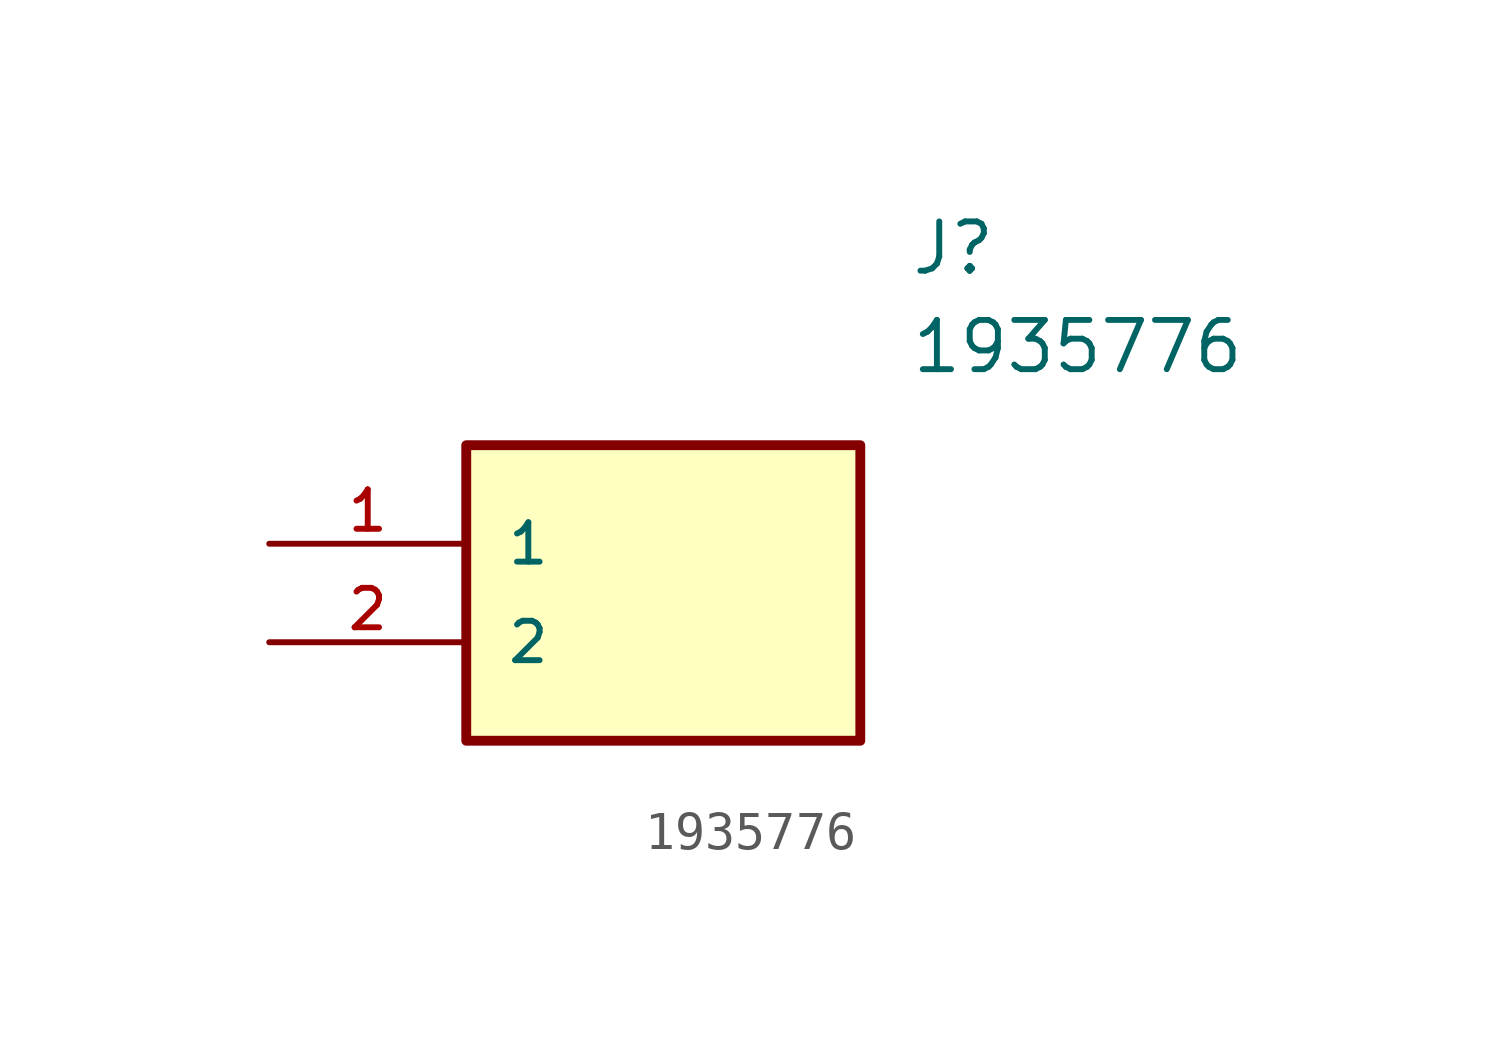
<source format=kicad_sym>
(kicad_symbol_lib
  (version 20211014)
  (generator kicad_symbol_editor)
  (symbol "1935776"
    (pin_names
      (offset 1.016))
    (property "Reference" "J"
      (at 16.51 7.62 0)
      (effects (font (size 1.27 1.27)) (justify left)))
    (property "Value" "1935776"
      (at 16.51 5.08 0)
      (effects (font (size 1.27 1.27)) (justify left)))
    (symbol "1935776_0_0"
      (rectangle (start 5.08 -5.08) (end 15.24 2.54) (stroke (width 0.254)) (fill (type background)))
      (pin bidirectional line (at 0.0 0.0 0) (length 5.08) (name "1" (effects (font (size 1.016 1.016)))) (number "1" (effects (font (size 1.016 1.016)))))
      (pin bidirectional line (at 0.0 -2.54 0) (length 5.08) (name "2" (effects (font (size 1.016 1.016)))) (number "2" (effects (font (size 1.016 1.016))))))))
</source>
